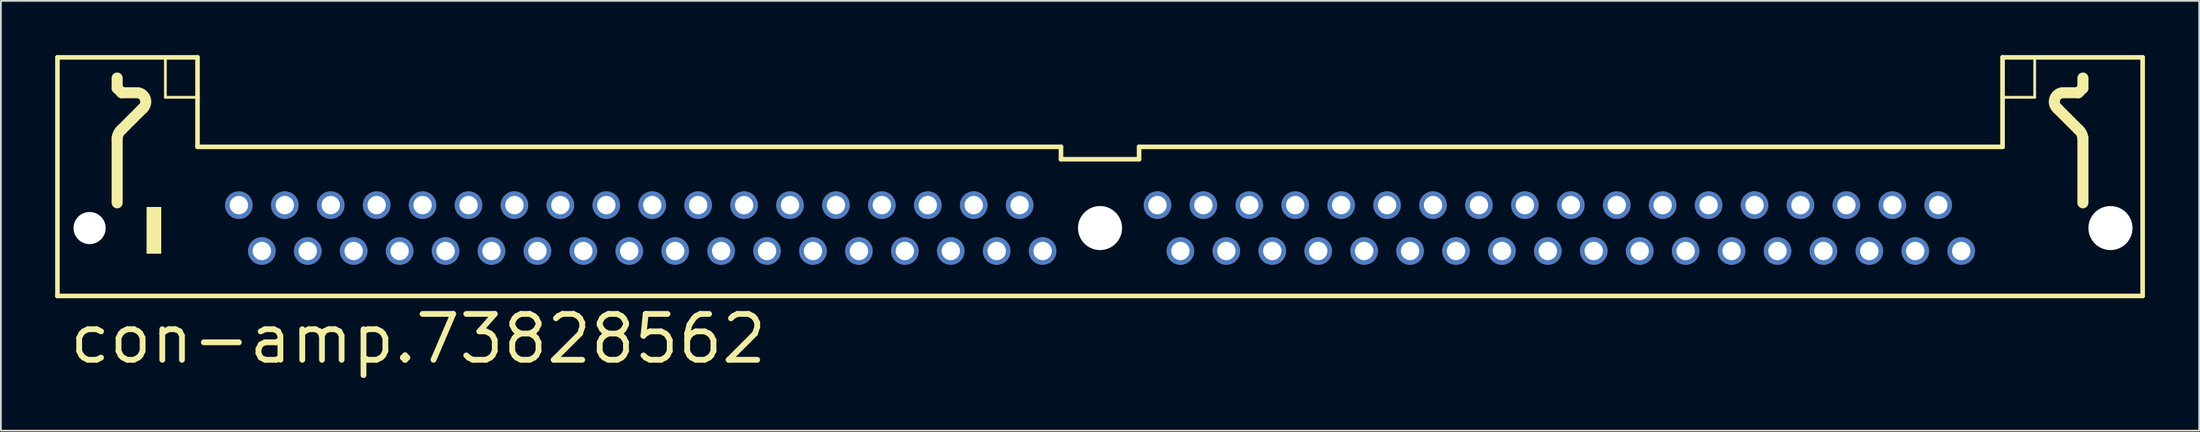
<source format=kicad_pcb>
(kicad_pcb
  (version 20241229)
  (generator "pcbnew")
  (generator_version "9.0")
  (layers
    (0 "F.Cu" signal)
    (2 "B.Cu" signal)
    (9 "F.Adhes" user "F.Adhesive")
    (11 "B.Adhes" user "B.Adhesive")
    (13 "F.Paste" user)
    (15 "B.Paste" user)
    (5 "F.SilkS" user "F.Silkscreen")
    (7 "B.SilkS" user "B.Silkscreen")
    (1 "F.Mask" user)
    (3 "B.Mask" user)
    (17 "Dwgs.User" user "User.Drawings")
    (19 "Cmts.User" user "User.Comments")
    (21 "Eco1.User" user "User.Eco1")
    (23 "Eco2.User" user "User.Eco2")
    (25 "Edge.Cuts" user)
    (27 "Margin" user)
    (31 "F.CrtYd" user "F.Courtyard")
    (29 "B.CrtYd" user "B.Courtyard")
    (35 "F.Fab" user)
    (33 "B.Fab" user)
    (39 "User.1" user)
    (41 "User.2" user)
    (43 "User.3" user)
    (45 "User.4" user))
  (footprint "con-amp.73828562"
    (layer "F.Cu")
    (at 57.785 9.576)
    (property "Reference" "con-amp.73828562" (at -57.15 7.62 0) (layer "F.SilkS") (effects (font (size 2.54 2.54) (thickness 0.32)) (justify left bottom)))
    (attr through_hole)
    (fp_line (start -57.658 -9.449) (end -57.658 3.759) (stroke (width 0.254) (type default)) (layer "F.SilkS"))
    (fp_line (start -54.356 -8.306) (end -54.356 -7.747) (stroke (width 0.61) (type default)) (layer "F.SilkS"))
    (fp_line (start -54.356 -7.747) (end -54.102 -7.493) (stroke (width 0.61) (type default)) (layer "F.SilkS"))
    (fp_line (start -54.356 -1.397) (end -54.356 -4.953) (stroke (width 0.61) (type default)) (layer "F.SilkS"))
    (fp_line (start -54.102 -7.493) (end -53.34 -7.493) (stroke (width 0.61) (type default)) (layer "F.SilkS"))
    (fp_line (start -54.102 -5.461) (end -52.959 -6.604) (stroke (width 0.61) (type default)) (layer "F.SilkS"))
    (fp_line (start -51.689 -7.239) (end -51.689 -9.398) (stroke (width 0.152) (type default)) (layer "F.SilkS"))
    (fp_line (start -51.689 -7.239) (end -49.911 -7.239) (stroke (width 0.152) (type default)) (layer "F.SilkS"))
    (fp_line (start -49.911 -9.449) (end -57.658 -9.449) (stroke (width 0.254) (type default)) (layer "F.SilkS"))
    (fp_line (start -49.911 -7.239) (end -49.911 -9.449) (stroke (width 0.254) (type default)) (layer "F.SilkS"))
    (fp_line (start -49.911 -4.496) (end -49.911 -7.239) (stroke (width 0.254) (type default)) (layer "F.SilkS"))
    (fp_line (start -49.911 -4.496) (end -2.159 -4.496) (stroke (width 0.254) (type default)) (layer "F.SilkS"))
    (fp_line (start -2.159 -4.496) (end -2.159 -3.81) (stroke (width 0.254) (type default)) (layer "F.SilkS"))
    (fp_line (start -2.159 -3.81) (end 2.159 -3.81) (stroke (width 0.254) (type default)) (layer "F.SilkS"))
    (fp_line (start 2.159 -4.496) (end 49.911 -4.496) (stroke (width 0.254) (type default)) (layer "F.SilkS"))
    (fp_line (start 2.159 -3.81) (end 2.159 -4.496) (stroke (width 0.254) (type default)) (layer "F.SilkS"))
    (fp_line (start 49.911 -9.449) (end 57.658 -9.449) (stroke (width 0.254) (type default)) (layer "F.SilkS"))
    (fp_line (start 49.911 -7.239) (end 49.911 -9.449) (stroke (width 0.254) (type default)) (layer "F.SilkS"))
    (fp_line (start 49.911 -4.496) (end 49.911 -7.239) (stroke (width 0.254) (type default)) (layer "F.SilkS"))
    (fp_line (start 51.689 -7.239) (end 49.911 -7.239) (stroke (width 0.152) (type default)) (layer "F.SilkS"))
    (fp_line (start 51.689 -7.239) (end 51.689 -9.398) (stroke (width 0.152) (type default)) (layer "F.SilkS"))
    (fp_line (start 54.102 -7.493) (end 53.34 -7.493) (stroke (width 0.61) (type default)) (layer "F.SilkS"))
    (fp_line (start 54.102 -5.461) (end 52.959 -6.604) (stroke (width 0.61) (type default)) (layer "F.SilkS"))
    (fp_line (start 54.356 -8.306) (end 54.356 -7.747) (stroke (width 0.61) (type default)) (layer "F.SilkS"))
    (fp_line (start 54.356 -7.747) (end 54.102 -7.493) (stroke (width 0.61) (type default)) (layer "F.SilkS"))
    (fp_line (start 54.356 -1.397) (end 54.356 -4.953) (stroke (width 0.61) (type default)) (layer "F.SilkS"))
    (fp_line (start 57.658 -9.449) (end 57.658 3.759) (stroke (width 0.254) (type default)) (layer "F.SilkS"))
    (fp_line (start 57.658 3.759) (end -57.658 3.759) (stroke (width 0.254) (type default)) (layer "F.SilkS"))
    (fp_rect (start -52.705 1.397) (end -51.943 -1.143) (stroke (width 0.05) (type default)) (fill yes) (layer "F.SilkS"))
    (fp_arc (start -54.356 -4.953) (mid -54.282902 -5.233951) (end -54.102 -5.461) (stroke (width 0.6096) (type default)) (layer "F.SilkS"))
    (fp_arc (start -53.213 -7.493) (mid -52.792833 -7.132221) (end -52.9589 -6.6039) (stroke (width 0.6096) (type default)) (layer "F.SilkS"))
    (fp_arc (start 52.959 -6.604) (mid 52.792944 -7.13219) (end 53.213 -7.4929) (stroke (width 0.6096) (type default)) (layer "F.SilkS"))
    (fp_arc (start 54.102 -5.461) (mid 54.282902 -5.233951) (end 54.356 -4.953) (stroke (width 0.6096) (type default)) (layer "F.SilkS"))
    (pad "" np_thru_hole circle (at -55.88 0) (size 1.778 1.778) (drill 1.778) (layers "*.Cu" "*.Mask"))
    (pad "" np_thru_hole circle (at 0 0) (size 2.438 2.438) (drill 2.438) (layers "*.Cu" "*.Mask"))
    (pad "" np_thru_hole circle (at 55.88 0) (size 2.438 2.438) (drill 2.438) (layers "*.Cu" "*.Mask"))
    (pad "1" thru_hole circle (at -47.625 -1.27) (size 1.524 1.524) (drill 1.016) (layers "*.Cu" "*.Mask"))
    (pad "2" thru_hole circle (at -46.355 1.27) (size 1.524 1.524) (drill 1.016) (layers "*.Cu" "*.Mask"))
    (pad "3" thru_hole circle (at -45.085 -1.27) (size 1.524 1.524) (drill 1.016) (layers "*.Cu" "*.Mask"))
    (pad "4" thru_hole circle (at -43.815 1.27) (size 1.524 1.524) (drill 1.016) (layers "*.Cu" "*.Mask"))
    (pad "5" thru_hole circle (at -42.545 -1.27) (size 1.524 1.524) (drill 1.016) (layers "*.Cu" "*.Mask"))
    (pad "6" thru_hole circle (at -41.275 1.27) (size 1.524 1.524) (drill 1.016) (layers "*.Cu" "*.Mask"))
    (pad "7" thru_hole circle (at -40.005 -1.27) (size 1.524 1.524) (drill 1.016) (layers "*.Cu" "*.Mask"))
    (pad "8" thru_hole circle (at -38.735 1.27) (size 1.524 1.524) (drill 1.016) (layers "*.Cu" "*.Mask"))
    (pad "9" thru_hole circle (at -37.465 -1.27) (size 1.524 1.524) (drill 1.016) (layers "*.Cu" "*.Mask"))
    (pad "10" thru_hole circle (at -36.195 1.27) (size 1.524 1.524) (drill 1.016) (layers "*.Cu" "*.Mask"))
    (pad "11" thru_hole circle (at -34.925 -1.27) (size 1.524 1.524) (drill 1.016) (layers "*.Cu" "*.Mask"))
    (pad "12" thru_hole circle (at -33.655 1.27) (size 1.524 1.524) (drill 1.016) (layers "*.Cu" "*.Mask"))
    (pad "13" thru_hole circle (at -32.385 -1.27) (size 1.524 1.524) (drill 1.016) (layers "*.Cu" "*.Mask"))
    (pad "14" thru_hole circle (at -31.115 1.27) (size 1.524 1.524) (drill 1.016) (layers "*.Cu" "*.Mask"))
    (pad "15" thru_hole circle (at -29.845 -1.27) (size 1.524 1.524) (drill 1.016) (layers "*.Cu" "*.Mask"))
    (pad "16" thru_hole circle (at -28.575 1.27) (size 1.524 1.524) (drill 1.016) (layers "*.Cu" "*.Mask"))
    (pad "17" thru_hole circle (at -27.305 -1.27) (size 1.524 1.524) (drill 1.016) (layers "*.Cu" "*.Mask"))
    (pad "18" thru_hole circle (at -26.035 1.27) (size 1.524 1.524) (drill 1.016) (layers "*.Cu" "*.Mask"))
    (pad "19" thru_hole circle (at -24.765 -1.27) (size 1.524 1.524) (drill 1.016) (layers "*.Cu" "*.Mask"))
    (pad "20" thru_hole circle (at -23.495 1.27) (size 1.524 1.524) (drill 1.016) (layers "*.Cu" "*.Mask"))
    (pad "21" thru_hole circle (at -22.225 -1.27) (size 1.524 1.524) (drill 1.016) (layers "*.Cu" "*.Mask"))
    (pad "22" thru_hole circle (at -20.955 1.27) (size 1.524 1.524) (drill 1.016) (layers "*.Cu" "*.Mask"))
    (pad "23" thru_hole circle (at -19.685 -1.27) (size 1.524 1.524) (drill 1.016) (layers "*.Cu" "*.Mask"))
    (pad "24" thru_hole circle (at -18.415 1.27) (size 1.524 1.524) (drill 1.016) (layers "*.Cu" "*.Mask"))
    (pad "25" thru_hole circle (at -17.145 -1.27) (size 1.524 1.524) (drill 1.016) (layers "*.Cu" "*.Mask"))
    (pad "26" thru_hole circle (at -15.875 1.27) (size 1.524 1.524) (drill 1.016) (layers "*.Cu" "*.Mask"))
    (pad "27" thru_hole circle (at -14.605 -1.27) (size 1.524 1.524) (drill 1.016) (layers "*.Cu" "*.Mask"))
    (pad "28" thru_hole circle (at -13.335 1.27) (size 1.524 1.524) (drill 1.016) (layers "*.Cu" "*.Mask"))
    (pad "29" thru_hole circle (at -12.065 -1.27) (size 1.524 1.524) (drill 1.016) (layers "*.Cu" "*.Mask"))
    (pad "30" thru_hole circle (at -10.795 1.27) (size 1.524 1.524) (drill 1.016) (layers "*.Cu" "*.Mask"))
    (pad "31" thru_hole circle (at -9.525 -1.27) (size 1.524 1.524) (drill 1.016) (layers "*.Cu" "*.Mask"))
    (pad "32" thru_hole circle (at -8.255 1.27) (size 1.524 1.524) (drill 1.016) (layers "*.Cu" "*.Mask"))
    (pad "33" thru_hole circle (at -6.985 -1.27) (size 1.524 1.524) (drill 1.016) (layers "*.Cu" "*.Mask"))
    (pad "34" thru_hole circle (at -5.715 1.27) (size 1.524 1.524) (drill 1.016) (layers "*.Cu" "*.Mask"))
    (pad "35" thru_hole circle (at -4.445 -1.27) (size 1.524 1.524) (drill 1.016) (layers "*.Cu" "*.Mask"))
    (pad "36" thru_hole circle (at -3.175 1.27) (size 1.524 1.524) (drill 1.016) (layers "*.Cu" "*.Mask"))
    (pad "37" thru_hole circle (at 3.175 -1.27) (size 1.524 1.524) (drill 1.016) (layers "*.Cu" "*.Mask"))
    (pad "38" thru_hole circle (at 4.445 1.27) (size 1.524 1.524) (drill 1.016) (layers "*.Cu" "*.Mask"))
    (pad "39" thru_hole circle (at 5.715 -1.27) (size 1.524 1.524) (drill 1.016) (layers "*.Cu" "*.Mask"))
    (pad "40" thru_hole circle (at 6.985 1.27) (size 1.524 1.524) (drill 1.016) (layers "*.Cu" "*.Mask"))
    (pad "41" thru_hole circle (at 8.255 -1.27) (size 1.524 1.524) (drill 1.016) (layers "*.Cu" "*.Mask"))
    (pad "42" thru_hole circle (at 9.525 1.27) (size 1.524 1.524) (drill 1.016) (layers "*.Cu" "*.Mask"))
    (pad "43" thru_hole circle (at 10.795 -1.27) (size 1.524 1.524) (drill 1.016) (layers "*.Cu" "*.Mask"))
    (pad "44" thru_hole circle (at 12.065 1.27) (size 1.524 1.524) (drill 1.016) (layers "*.Cu" "*.Mask"))
    (pad "45" thru_hole circle (at 13.335 -1.27) (size 1.524 1.524) (drill 1.016) (layers "*.Cu" "*.Mask"))
    (pad "46" thru_hole circle (at 14.605 1.27) (size 1.524 1.524) (drill 1.016) (layers "*.Cu" "*.Mask"))
    (pad "47" thru_hole circle (at 15.875 -1.27) (size 1.524 1.524) (drill 1.016) (layers "*.Cu" "*.Mask"))
    (pad "48" thru_hole circle (at 17.145 1.27) (size 1.524 1.524) (drill 1.016) (layers "*.Cu" "*.Mask"))
    (pad "49" thru_hole circle (at 18.415 -1.27) (size 1.524 1.524) (drill 1.016) (layers "*.Cu" "*.Mask"))
    (pad "50" thru_hole circle (at 19.685 1.27) (size 1.524 1.524) (drill 1.016) (layers "*.Cu" "*.Mask"))
    (pad "51" thru_hole circle (at 20.955 -1.27) (size 1.524 1.524) (drill 1.016) (layers "*.Cu" "*.Mask"))
    (pad "52" thru_hole circle (at 22.225 1.27) (size 1.524 1.524) (drill 1.016) (layers "*.Cu" "*.Mask"))
    (pad "53" thru_hole circle (at 23.495 -1.27) (size 1.524 1.524) (drill 1.016) (layers "*.Cu" "*.Mask"))
    (pad "54" thru_hole circle (at 24.765 1.27) (size 1.524 1.524) (drill 1.016) (layers "*.Cu" "*.Mask"))
    (pad "55" thru_hole circle (at 26.035 -1.27) (size 1.524 1.524) (drill 1.016) (layers "*.Cu" "*.Mask"))
    (pad "56" thru_hole circle (at 27.305 1.27) (size 1.524 1.524) (drill 1.016) (layers "*.Cu" "*.Mask"))
    (pad "57" thru_hole circle (at 28.575 -1.27) (size 1.524 1.524) (drill 1.016) (layers "*.Cu" "*.Mask"))
    (pad "58" thru_hole circle (at 29.845 1.27) (size 1.524 1.524) (drill 1.016) (layers "*.Cu" "*.Mask"))
    (pad "59" thru_hole circle (at 31.115 -1.27) (size 1.524 1.524) (drill 1.016) (layers "*.Cu" "*.Mask"))
    (pad "60" thru_hole circle (at 32.385 1.27) (size 1.524 1.524) (drill 1.016) (layers "*.Cu" "*.Mask"))
    (pad "61" thru_hole circle (at 33.655 -1.27) (size 1.524 1.524) (drill 1.016) (layers "*.Cu" "*.Mask"))
    (pad "62" thru_hole circle (at 34.925 1.27) (size 1.524 1.524) (drill 1.016) (layers "*.Cu" "*.Mask"))
    (pad "63" thru_hole circle (at 36.195 -1.27) (size 1.524 1.524) (drill 1.016) (layers "*.Cu" "*.Mask"))
    (pad "64" thru_hole circle (at 37.465 1.27) (size 1.524 1.524) (drill 1.016) (layers "*.Cu" "*.Mask"))
    (pad "65" thru_hole circle (at 38.735 -1.27) (size 1.524 1.524) (drill 1.016) (layers "*.Cu" "*.Mask"))
    (pad "66" thru_hole circle (at 40.005 1.27) (size 1.524 1.524) (drill 1.016) (layers "*.Cu" "*.Mask"))
    (pad "67" thru_hole circle (at 41.275 -1.27) (size 1.524 1.524) (drill 1.016) (layers "*.Cu" "*.Mask"))
    (pad "68" thru_hole circle (at 42.545 1.27) (size 1.524 1.524) (drill 1.016) (layers "*.Cu" "*.Mask"))
    (pad "69" thru_hole circle (at 43.815 -1.27) (size 1.524 1.524) (drill 1.016) (layers "*.Cu" "*.Mask"))
    (pad "70" thru_hole circle (at 45.085 1.27) (size 1.524 1.524) (drill 1.016) (layers "*.Cu" "*.Mask"))
    (pad "71" thru_hole circle (at 46.355 -1.27) (size 1.524 1.524) (drill 1.016) (layers "*.Cu" "*.Mask"))
    (pad "72" thru_hole circle (at 47.625 1.27) (size 1.524 1.524) (drill 1.016) (layers "*.Cu" "*.Mask")))
  (gr_rect
    (start -3 -3)
    (end 118.57 20.791)
    (stroke (width 0.1) (type default))
    (fill no)
    (layer "Edge.Cuts")))
</source>
